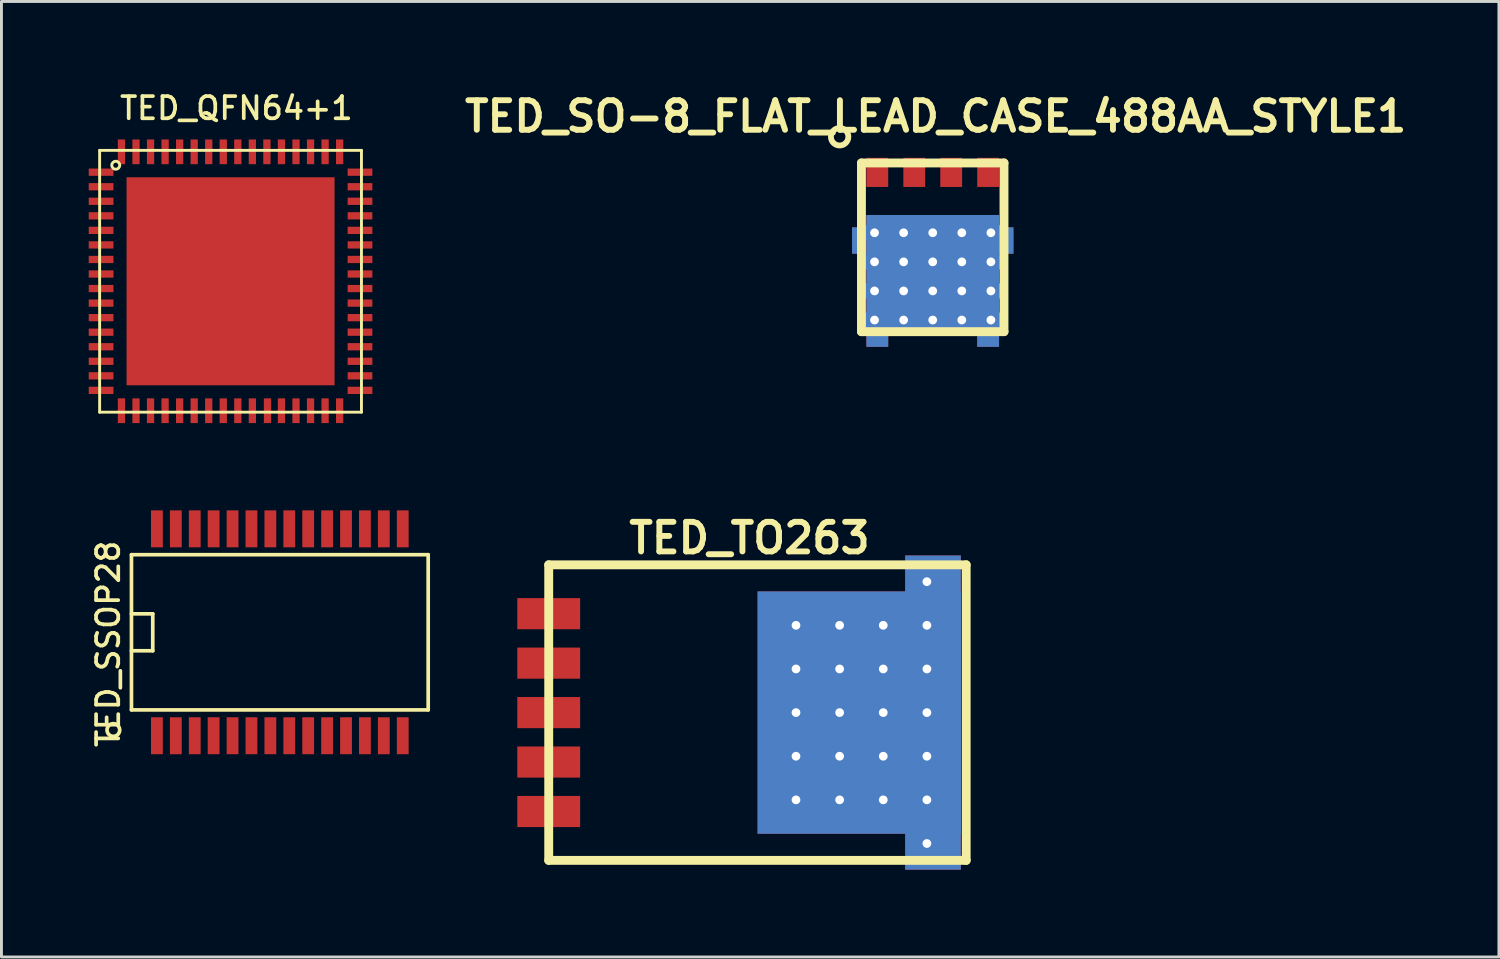
<source format=kicad_pcb>
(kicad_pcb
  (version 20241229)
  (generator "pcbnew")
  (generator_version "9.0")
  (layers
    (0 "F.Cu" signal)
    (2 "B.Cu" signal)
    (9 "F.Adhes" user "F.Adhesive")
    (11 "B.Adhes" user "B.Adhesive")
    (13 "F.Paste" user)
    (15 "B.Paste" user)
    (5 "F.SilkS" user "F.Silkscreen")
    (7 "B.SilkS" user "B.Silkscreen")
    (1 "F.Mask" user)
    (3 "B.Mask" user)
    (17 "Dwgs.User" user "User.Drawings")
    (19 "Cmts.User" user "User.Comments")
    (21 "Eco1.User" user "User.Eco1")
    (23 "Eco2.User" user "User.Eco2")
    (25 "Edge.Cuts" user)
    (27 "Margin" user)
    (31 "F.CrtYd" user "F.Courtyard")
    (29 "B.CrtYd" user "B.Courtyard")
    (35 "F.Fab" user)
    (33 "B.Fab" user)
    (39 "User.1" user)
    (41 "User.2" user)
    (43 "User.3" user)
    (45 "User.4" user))
  (footprint "TED_TO263"
    (layer "F.Cu")
    (at 15.812 21.445)
    (property "Reference" "TED_TO263" (at 6.9 -6 0) (layer "F.SilkS") (effects (font (size 1.016 1.016) (thickness 0.203))))
    (attr through_hole)
    (fp_line (start 0 -5.08) (end 0 5.08) (stroke (width 0.305) (type solid)) (layer "F.SilkS"))
    (fp_line (start 0 5.08) (end 14.35 5.08) (stroke (width 0.305) (type solid)) (layer "F.SilkS"))
    (fp_line (start 14.35 -5.08) (end 0 -5.08) (stroke (width 0.305) (type solid)) (layer "F.SilkS"))
    (fp_line (start 14.35 5.08) (end 14.35 -5.08) (stroke (width 0.305) (type solid)) (layer "F.SilkS"))
    (pad "1" smd rect (at 0 -3.4) (size 2.16 1.07) (layers "F.Cu" "F.Mask" "F.Paste"))
    (pad "2" smd rect (at 0 -1.7) (size 2.16 1.07) (layers "F.Cu" "F.Mask" "F.Paste"))
    (pad "3" smd rect (at 0 0) (size 2.16 1.07) (layers "F.Cu" "F.Mask" "F.Paste"))
    (pad "3" thru_hole circle (at 8.5 -3) (size 0.78 0.78) (drill 0.3) (layers "*.Cu" "*.Mask"))
    (pad "3" thru_hole circle (at 8.5 -1.5) (size 0.78 0.78) (drill 0.3) (layers "*.Cu" "*.Mask"))
    (pad "3" thru_hole circle (at 8.5 0) (size 0.78 0.78) (drill 0.3) (layers "*.Cu" "*.Mask"))
    (pad "3" thru_hole circle (at 8.5 1.5) (size 0.78 0.78) (drill 0.3) (layers "*.Cu" "*.Mask"))
    (pad "3" thru_hole circle (at 8.5 3) (size 0.78 0.78) (drill 0.3) (layers "*.Cu" "*.Mask"))
    (pad "3" thru_hole circle (at 10 -3) (size 0.78 0.78) (drill 0.3) (layers "*.Cu" "*.Mask"))
    (pad "3" thru_hole circle (at 10 -1.5) (size 0.78 0.78) (drill 0.3) (layers "*.Cu" "*.Mask"))
    (pad "3" thru_hole circle (at 10 0) (size 0.78 0.78) (drill 0.3) (layers "*.Cu" "*.Mask"))
    (pad "3" thru_hole circle (at 10 1.5) (size 0.78 0.78) (drill 0.3) (layers "*.Cu" "*.Mask"))
    (pad "3" thru_hole circle (at 10 3) (size 0.78 0.78) (drill 0.3) (layers "*.Cu" "*.Mask"))
    (pad "3" smd rect (at 10.675 0) (size 6.99 8.33) (layers "F.Cu" "F.Mask" "F.Paste"))
    (pad "3" smd rect (at 10.675 0) (size 6.99 8.33) (layers "F.Mask" "B.Cu" "F.Paste"))
    (pad "3" thru_hole circle (at 11.5 -3) (size 0.78 0.78) (drill 0.3) (layers "*.Cu" "*.Mask"))
    (pad "3" thru_hole circle (at 11.5 -1.5) (size 0.78 0.78) (drill 0.3) (layers "*.Cu" "*.Mask"))
    (pad "3" thru_hole circle (at 11.5 0) (size 0.78 0.78) (drill 0.3) (layers "*.Cu" "*.Mask"))
    (pad "3" thru_hole circle (at 11.5 1.5) (size 0.78 0.78) (drill 0.3) (layers "*.Cu" "*.Mask"))
    (pad "3" thru_hole circle (at 11.5 3) (size 0.78 0.78) (drill 0.3) (layers "*.Cu" "*.Mask"))
    (pad "3" thru_hole circle (at 13 -4.5) (size 0.78 0.78) (drill 0.3) (layers "*.Cu" "*.Mask"))
    (pad "3" thru_hole circle (at 13 -3) (size 0.78 0.78) (drill 0.3) (layers "*.Cu" "*.Mask"))
    (pad "3" thru_hole circle (at 13 -1.5) (size 0.78 0.78) (drill 0.3) (layers "*.Cu" "*.Mask"))
    (pad "3" thru_hole circle (at 13 0) (size 0.78 0.78) (drill 0.3) (layers "*.Cu" "*.Mask"))
    (pad "3" thru_hole circle (at 13 1.5) (size 0.78 0.78) (drill 0.3) (layers "*.Cu" "*.Mask"))
    (pad "3" thru_hole circle (at 13 3) (size 0.78 0.78) (drill 0.3) (layers "*.Cu" "*.Mask"))
    (pad "3" thru_hole circle (at 13 4.5) (size 0.78 0.78) (drill 0.3) (layers "*.Cu" "*.Mask"))
    (pad "3" smd rect (at 13.21 0) (size 1.91 10.8) (layers "F.Cu" "F.Mask" "F.Paste"))
    (pad "3" smd rect (at 13.21 0) (size 1.91 10.8) (layers "F.Mask" "B.Cu" "F.Paste"))
    (pad "4" smd rect (at 0 1.7) (size 2.16 1.07) (layers "F.Cu" "F.Mask" "F.Paste"))
    (pad "5" smd rect (at 0 3.4) (size 2.16 1.07) (layers "F.Cu" "F.Mask" "F.Paste")))
  (footprint "TED_QFN64+1"
    (layer "F.Cu")
    (at 4.875 6.619)
    (property "Reference" "TED_QFN64+1" (at 0.2 -5.95 0) (layer "F.SilkS") (effects (font (size 0.762 0.762) (thickness 0.127))))
    (attr smd)
    (fp_line (start -4.5 -4.5) (end 4.5 -4.5) (stroke (width 0.099) (type solid)) (layer "F.SilkS"))
    (fp_line (start -4.5 4.5) (end -4.5 -4.5) (stroke (width 0.099) (type solid)) (layer "F.SilkS"))
    (fp_line (start 4.5 -4.5) (end 4.5 4.5) (stroke (width 0.099) (type solid)) (layer "F.SilkS"))
    (fp_line (start 4.5 4.5) (end -4.5 4.5) (stroke (width 0.099) (type solid)) (layer "F.SilkS"))
    (fp_circle (center -3.946 -3.989) (end -3.895 -3.862) (stroke (width 0.099) (type solid)) (fill no) (layer "F.SilkS"))
    (pad "1" smd rect (at -4.45 -3.75 90) (size 0.25 0.85) (layers "F.Cu" "F.Mask" "F.Paste"))
    (pad "2" smd rect (at -4.45 -3.25 90) (size 0.25 0.85) (layers "F.Cu" "F.Mask" "F.Paste"))
    (pad "3" smd rect (at -4.45 -2.75 90) (size 0.25 0.85) (layers "F.Cu" "F.Mask" "F.Paste"))
    (pad "4" smd rect (at -4.45 -2.25 90) (size 0.25 0.85) (layers "F.Cu" "F.Mask" "F.Paste"))
    (pad "5" smd rect (at -4.45 -1.75 90) (size 0.25 0.85) (layers "F.Cu" "F.Mask" "F.Paste"))
    (pad "6" smd rect (at -4.45 -1.25 90) (size 0.25 0.85) (layers "F.Cu" "F.Mask" "F.Paste"))
    (pad "7" smd rect (at -4.45 -0.75 90) (size 0.25 0.85) (layers "F.Cu" "F.Mask" "F.Paste"))
    (pad "8" smd rect (at -4.45 -0.25 90) (size 0.25 0.85) (layers "F.Cu" "F.Mask" "F.Paste"))
    (pad "9" smd rect (at -4.45 0.25 90) (size 0.25 0.85) (layers "F.Cu" "F.Mask" "F.Paste"))
    (pad "10" smd rect (at -4.45 0.75 90) (size 0.25 0.85) (layers "F.Cu" "F.Mask" "F.Paste"))
    (pad "11" smd rect (at -4.45 1.25 90) (size 0.25 0.85) (layers "F.Cu" "F.Mask" "F.Paste"))
    (pad "12" smd rect (at -4.45 1.75 90) (size 0.25 0.85) (layers "F.Cu" "F.Mask" "F.Paste"))
    (pad "13" smd rect (at -4.45 2.25 90) (size 0.25 0.85) (layers "F.Cu" "F.Mask" "F.Paste"))
    (pad "14" smd rect (at -4.45 2.75 90) (size 0.25 0.85) (layers "F.Cu" "F.Mask" "F.Paste"))
    (pad "15" smd rect (at -4.45 3.25 90) (size 0.25 0.85) (layers "F.Cu" "F.Mask" "F.Paste"))
    (pad "16" smd rect (at -4.45 3.75 90) (size 0.25 0.85) (layers "F.Cu" "F.Mask" "F.Paste"))
    (pad "17" smd rect (at -3.75 4.45 180) (size 0.25 0.85) (layers "F.Cu" "F.Mask" "F.Paste"))
    (pad "18" smd rect (at -3.25 4.45 180) (size 0.25 0.85) (layers "F.Cu" "F.Mask" "F.Paste"))
    (pad "19" smd rect (at -2.75 4.45 180) (size 0.25 0.85) (layers "F.Cu" "F.Mask" "F.Paste"))
    (pad "20" smd rect (at -2.25 4.45 180) (size 0.25 0.85) (layers "F.Cu" "F.Mask" "F.Paste"))
    (pad "21" smd rect (at -1.75 4.45 180) (size 0.25 0.85) (layers "F.Cu" "F.Mask" "F.Paste"))
    (pad "22" smd rect (at -1.25 4.45 180) (size 0.25 0.85) (layers "F.Cu" "F.Mask" "F.Paste"))
    (pad "23" smd rect (at -0.75 4.45 180) (size 0.25 0.85) (layers "F.Cu" "F.Mask" "F.Paste"))
    (pad "24" smd rect (at -0.25 4.45 180) (size 0.25 0.85) (layers "F.Cu" "F.Mask" "F.Paste"))
    (pad "25" smd rect (at 0.25 4.45 180) (size 0.25 0.85) (layers "F.Cu" "F.Mask" "F.Paste"))
    (pad "26" smd rect (at 0.75 4.45 180) (size 0.25 0.85) (layers "F.Cu" "F.Mask" "F.Paste"))
    (pad "27" smd rect (at 1.27 4.45 180) (size 0.25 0.85) (layers "F.Cu" "F.Mask" "F.Paste"))
    (pad "28" smd rect (at 1.75 4.45 180) (size 0.25 0.85) (layers "F.Cu" "F.Mask" "F.Paste"))
    (pad "29" smd rect (at 2.25 4.45 180) (size 0.25 0.85) (layers "F.Cu" "F.Mask" "F.Paste"))
    (pad "30" smd rect (at 2.75 4.45 180) (size 0.25 0.85) (layers "F.Cu" "F.Mask" "F.Paste"))
    (pad "31" smd rect (at 3.25 4.45 180) (size 0.25 0.85) (layers "F.Cu" "F.Mask" "F.Paste"))
    (pad "32" smd rect (at 3.75 4.45 180) (size 0.25 0.85) (layers "F.Cu" "F.Mask" "F.Paste"))
    (pad "33" smd rect (at 4.45 3.75 90) (size 0.25 0.85) (layers "F.Cu" "F.Mask" "F.Paste"))
    (pad "34" smd rect (at 4.45 3.25 90) (size 0.25 0.85) (layers "F.Cu" "F.Mask" "F.Paste"))
    (pad "35" smd rect (at 4.45 2.75 90) (size 0.25 0.85) (layers "F.Cu" "F.Mask" "F.Paste"))
    (pad "36" smd rect (at 4.45 2.25 90) (size 0.25 0.85) (layers "F.Cu" "F.Mask" "F.Paste"))
    (pad "37" smd rect (at 4.45 1.75 90) (size 0.25 0.85) (layers "F.Cu" "F.Mask" "F.Paste"))
    (pad "38" smd rect (at 4.45 1.25 90) (size 0.25 0.85) (layers "F.Cu" "F.Mask" "F.Paste"))
    (pad "39" smd rect (at 4.45 0.75 90) (size 0.25 0.85) (layers "F.Cu" "F.Mask" "F.Paste"))
    (pad "40" smd rect (at 4.45 0.25 90) (size 0.25 0.85) (layers "F.Cu" "F.Mask" "F.Paste"))
    (pad "41" smd rect (at 4.45 -0.25 90) (size 0.25 0.85) (layers "F.Cu" "F.Mask" "F.Paste"))
    (pad "42" smd rect (at 4.45 -0.75 90) (size 0.25 0.85) (layers "F.Cu" "F.Mask" "F.Paste"))
    (pad "43" smd rect (at 4.45 -1.25 90) (size 0.25 0.85) (layers "F.Cu" "F.Mask" "F.Paste"))
    (pad "44" smd rect (at 4.45 -1.75 90) (size 0.25 0.85) (layers "F.Cu" "F.Mask" "F.Paste"))
    (pad "45" smd rect (at 4.45 -2.25 90) (size 0.25 0.85) (layers "F.Cu" "F.Mask" "F.Paste"))
    (pad "46" smd rect (at 4.45 -2.75 90) (size 0.25 0.85) (layers "F.Cu" "F.Mask" "F.Paste"))
    (pad "47" smd rect (at 4.45 -3.25 90) (size 0.25 0.85) (layers "F.Cu" "F.Mask" "F.Paste"))
    (pad "48" smd rect (at 4.45 -3.75 90) (size 0.25 0.85) (layers "F.Cu" "F.Mask" "F.Paste"))
    (pad "49" smd rect (at 3.75 -4.45 180) (size 0.25 0.85) (layers "F.Cu" "F.Mask" "F.Paste"))
    (pad "50" smd rect (at 3.25 -4.45 180) (size 0.25 0.85) (layers "F.Cu" "F.Mask" "F.Paste"))
    (pad "51" smd rect (at 2.75 -4.45 180) (size 0.25 0.85) (layers "F.Cu" "F.Mask" "F.Paste"))
    (pad "52" smd rect (at 2.25 -4.45 180) (size 0.25 0.85) (layers "F.Cu" "F.Mask" "F.Paste"))
    (pad "53" smd rect (at 1.75 -4.45 180) (size 0.25 0.85) (layers "F.Cu" "F.Mask" "F.Paste"))
    (pad "54" smd rect (at 1.25 -4.45 180) (size 0.25 0.85) (layers "F.Cu" "F.Mask" "F.Paste"))
    (pad "55" smd rect (at 0.75 -4.45 180) (size 0.25 0.85) (layers "F.Cu" "F.Mask" "F.Paste"))
    (pad "56" smd rect (at 0.25 -4.45 180) (size 0.25 0.85) (layers "F.Cu" "F.Mask" "F.Paste"))
    (pad "57" smd rect (at -0.25 -4.45 180) (size 0.25 0.85) (layers "F.Cu" "F.Mask" "F.Paste"))
    (pad "58" smd rect (at -0.75 -4.45 180) (size 0.25 0.85) (layers "F.Cu" "F.Mask" "F.Paste"))
    (pad "59" smd rect (at -1.25 -4.45 180) (size 0.25 0.85) (layers "F.Cu" "F.Mask" "F.Paste"))
    (pad "60" smd rect (at -1.75 -4.45 180) (size 0.25 0.85) (layers "F.Cu" "F.Mask" "F.Paste"))
    (pad "61" smd rect (at -2.25 -4.45 180) (size 0.25 0.85) (layers "F.Cu" "F.Mask" "F.Paste"))
    (pad "62" smd rect (at -2.75 -4.45 180) (size 0.25 0.85) (layers "F.Cu" "F.Mask" "F.Paste"))
    (pad "63" smd rect (at -3.25 -4.45 180) (size 0.25 0.85) (layers "F.Cu" "F.Mask" "F.Paste"))
    (pad "64" smd rect (at -3.75 -4.45 180) (size 0.25 0.85) (layers "F.Cu" "F.Mask" "F.Paste"))
    (pad "65" smd rect (at 0 0 180) (size 7.15 7.15) (layers "F.Cu" "F.Mask" "F.Paste")))
  (footprint "TED_SO-8_FLAT_LEAD_CASE_488AA_STYLE1"
    (layer "F.Cu")
    (at 29.012 5.451)
    (property "Reference" "TED_SO-8_FLAT_LEAD_CASE_488AA_STYLE1" (at 0.1 -4.5 0) (layer "F.SilkS") (effects (font (size 1.016 1.016) (thickness 0.203))))
    (attr through_hole)
    (fp_line (start -2.45 -2.9) (end -2.45 2.9) (stroke (width 0.305) (type solid)) (layer "F.SilkS"))
    (fp_line (start -2.45 -2.9) (end 2.45 -2.9) (stroke (width 0.305) (type solid)) (layer "F.SilkS"))
    (fp_line (start -2.45 2.9) (end 2.45 2.9) (stroke (width 0.305) (type solid)) (layer "F.SilkS"))
    (fp_line (start 2.45 2.9) (end 2.45 -2.9) (stroke (width 0.305) (type solid)) (layer "F.SilkS"))
    (fp_circle (center -3.2 -3.8) (end -3.2 -3.5) (stroke (width 0.2) (type solid)) (fill no) (layer "F.SilkS"))
    (pad "1" smd rect (at -1.905 -2.575) (size 0.75 1) (layers "F.Cu" "F.Mask" "F.Paste"))
    (pad "2" smd rect (at -0.635 -2.575) (size 0.75 1) (layers "F.Cu" "F.Mask" "F.Paste"))
    (pad "2" smd rect (at 0.635 -2.575) (size 0.75 1) (layers "F.Cu" "F.Mask" "F.Paste"))
    (pad "2" smd rect (at 1.905 -2.575) (size 0.75 1) (layers "F.Cu" "F.Mask" "F.Paste"))
    (pad "3" smd rect (at -2.527 -0.233) (size 0.495 0.905) (layers "F.Cu" "F.Mask" "F.Paste"))
    (pad "3" smd rect (at -2.527 -0.233) (size 0.495 0.905) (layers "B.Cu" "B.Mask" "B.Paste"))
    (pad "3" thru_hole circle (at -2 -0.5) (size 0.78 0.78) (drill 0.3) (layers "*.Cu" "*.Mask"))
    (pad "3" thru_hole circle (at -2 0.5) (size 0.78 0.78) (drill 0.3) (layers "*.Cu" "*.Mask"))
    (pad "3" thru_hole circle (at -2 1.5) (size 0.78 0.78) (drill 0.3) (layers "*.Cu" "*.Mask"))
    (pad "3" thru_hole circle (at -2 2.5) (size 0.78 0.78) (drill 0.3) (layers "*.Cu" "*.Mask"))
    (pad "3" smd rect (at -1.905 3.183) (size 0.75 0.475) (layers "F.Cu" "F.Mask" "F.Paste"))
    (pad "3" smd rect (at -1.905 3.183) (size 0.75 0.475) (layers "B.Cu" "B.Mask" "B.Paste"))
    (pad "3" thru_hole circle (at -1 -0.5) (size 0.78 0.78) (drill 0.3) (layers "*.Cu" "*.Mask"))
    (pad "3" thru_hole circle (at -1 0.5) (size 0.78 0.78) (drill 0.3) (layers "*.Cu" "*.Mask"))
    (pad "3" thru_hole circle (at -1 1.5) (size 0.78 0.78) (drill 0.3) (layers "*.Cu" "*.Mask"))
    (pad "3" thru_hole circle (at -1 2.5) (size 0.78 0.78) (drill 0.3) (layers "*.Cu" "*.Mask"))
    (pad "3" thru_hole circle (at 0 -0.5) (size 0.78 0.78) (drill 0.3) (layers "*.Cu" "*.Mask"))
    (pad "3" thru_hole circle (at 0 0.5) (size 0.78 0.78) (drill 0.3) (layers "*.Cu" "*.Mask"))
    (pad "3" smd rect (at 0 0.917) (size 4.56 4.055) (layers "F.Cu" "F.Mask" "F.Paste"))
    (pad "3" smd rect (at 0 0.917) (size 4.56 4.055) (layers "B.Cu" "B.Mask" "B.Paste"))
    (pad "3" thru_hole circle (at 0 1.5) (size 0.78 0.78) (drill 0.3) (layers "*.Cu" "*.Mask"))
    (pad "3" thru_hole circle (at 0 2.5) (size 0.78 0.78) (drill 0.3) (layers "*.Cu" "*.Mask"))
    (pad "3" thru_hole circle (at 1 -0.5) (size 0.78 0.78) (drill 0.3) (layers "*.Cu" "*.Mask"))
    (pad "3" thru_hole circle (at 1 0.5) (size 0.78 0.78) (drill 0.3) (layers "*.Cu" "*.Mask"))
    (pad "3" thru_hole circle (at 1 1.5) (size 0.78 0.78) (drill 0.3) (layers "*.Cu" "*.Mask"))
    (pad "3" thru_hole circle (at 1 2.5) (size 0.78 0.78) (drill 0.3) (layers "*.Cu" "*.Mask"))
    (pad "3" smd rect (at 1.905 3.183) (size 0.75 0.475) (layers "F.Cu" "F.Mask" "F.Paste"))
    (pad "3" smd rect (at 1.905 3.183) (size 0.75 0.475) (layers "B.Cu" "B.Mask" "B.Paste"))
    (pad "3" thru_hole circle (at 2 -0.5) (size 0.78 0.78) (drill 0.3) (layers "*.Cu" "*.Mask"))
    (pad "3" thru_hole circle (at 2 0.5) (size 0.78 0.78) (drill 0.3) (layers "*.Cu" "*.Mask"))
    (pad "3" thru_hole circle (at 2 1.5) (size 0.78 0.78) (drill 0.3) (layers "*.Cu" "*.Mask"))
    (pad "3" thru_hole circle (at 2 2.5) (size 0.78 0.78) (drill 0.3) (layers "*.Cu" "*.Mask"))
    (pad "3" smd rect (at 2.527 -0.233) (size 0.495 0.905) (layers "F.Cu" "F.Mask" "F.Paste"))
    (pad "3" smd rect (at 2.527 -0.233) (size 0.495 0.905) (layers "B.Cu" "B.Mask" "B.Paste")))
  (footprint "TED_SSOP28"
    (layer "F.Cu")
    (at 6.569 18.685)
    (property "Reference" "TED_SSOP28" (at -5.9 0.4 90) (layer "F.SilkS") (effects (font (size 0.762 0.762) (thickness 0.127))))
    (attr smd)
    (fp_line (start -5.1 -2.667) (end -5.1 2.667) (stroke (width 0.127) (type solid)) (layer "F.SilkS"))
    (fp_line (start -5.1 -2.667) (end 5.1 -2.667) (stroke (width 0.127) (type solid)) (layer "F.SilkS"))
    (fp_line (start -5.1 -0.635) (end -4.368 -0.635) (stroke (width 0.127) (type solid)) (layer "F.SilkS"))
    (fp_line (start -4.368 -0.635) (end -4.368 0.635) (stroke (width 0.127) (type solid)) (layer "F.SilkS"))
    (fp_line (start -4.368 0.635) (end -5.1 0.635) (stroke (width 0.127) (type solid)) (layer "F.SilkS"))
    (fp_line (start 5.1 -2.667) (end 5.1 2.667) (stroke (width 0.127) (type solid)) (layer "F.SilkS"))
    (fp_line (start 5.1 2.667) (end -5.1 2.667) (stroke (width 0.127) (type solid)) (layer "F.SilkS"))
    (fp_circle (center -5.722 3.359) (end -5.876 3.205) (stroke (width 0.127) (type solid)) (fill no) (layer "F.SilkS"))
    (pad "1" smd rect (at -4.225 3.556) (size 0.406 1.27) (layers "F.Cu" "F.Mask" "F.Paste"))
    (pad "2" smd rect (at -3.575 3.556) (size 0.406 1.27) (layers "F.Cu" "F.Mask" "F.Paste"))
    (pad "3" smd rect (at -2.925 3.556) (size 0.406 1.27) (layers "F.Cu" "F.Mask" "F.Paste"))
    (pad "4" smd rect (at -2.275 3.556) (size 0.406 1.27) (layers "F.Cu" "F.Mask" "F.Paste"))
    (pad "5" smd rect (at -1.625 3.556) (size 0.406 1.27) (layers "F.Cu" "F.Mask" "F.Paste"))
    (pad "6" smd rect (at -0.975 3.556) (size 0.406 1.27) (layers "F.Cu" "F.Mask" "F.Paste"))
    (pad "7" smd rect (at -0.325 3.556) (size 0.406 1.27) (layers "F.Cu" "F.Mask" "F.Paste"))
    (pad "8" smd rect (at 0.325 3.556) (size 0.406 1.27) (layers "F.Cu" "F.Mask" "F.Paste"))
    (pad "9" smd rect (at 0.975 3.556) (size 0.406 1.27) (layers "F.Cu" "F.Mask" "F.Paste"))
    (pad "10" smd rect (at 1.625 3.556) (size 0.406 1.27) (layers "F.Cu" "F.Mask" "F.Paste"))
    (pad "11" smd rect (at 2.275 3.556) (size 0.406 1.27) (layers "F.Cu" "F.Mask" "F.Paste"))
    (pad "12" smd rect (at 2.925 3.556) (size 0.406 1.27) (layers "F.Cu" "F.Mask" "F.Paste"))
    (pad "13" smd rect (at 3.575 3.556) (size 0.406 1.27) (layers "F.Cu" "F.Mask" "F.Paste"))
    (pad "14" smd rect (at 4.225 3.556) (size 0.406 1.27) (layers "F.Cu" "F.Mask" "F.Paste"))
    (pad "15" smd rect (at 4.225 -3.556) (size 0.406 1.27) (layers "F.Cu" "F.Mask" "F.Paste"))
    (pad "16" smd rect (at 3.575 -3.556) (size 0.406 1.27) (layers "F.Cu" "F.Mask" "F.Paste"))
    (pad "17" smd rect (at 2.925 -3.556) (size 0.406 1.27) (layers "F.Cu" "F.Mask" "F.Paste"))
    (pad "18" smd rect (at 2.275 -3.556) (size 0.406 1.27) (layers "F.Cu" "F.Mask" "F.Paste"))
    (pad "19" smd rect (at 1.625 -3.556) (size 0.406 1.27) (layers "F.Cu" "F.Mask" "F.Paste"))
    (pad "20" smd rect (at 0.975 -3.556) (size 0.406 1.27) (layers "F.Cu" "F.Mask" "F.Paste"))
    (pad "21" smd rect (at 0.325 -3.556) (size 0.406 1.27) (layers "F.Cu" "F.Mask" "F.Paste"))
    (pad "22" smd rect (at -0.325 -3.556) (size 0.406 1.27) (layers "F.Cu" "F.Mask" "F.Paste"))
    (pad "23" smd rect (at -0.975 -3.556) (size 0.406 1.27) (layers "F.Cu" "F.Mask" "F.Paste"))
    (pad "24" smd rect (at -1.625 -3.556) (size 0.406 1.27) (layers "F.Cu" "F.Mask" "F.Paste"))
    (pad "25" smd rect (at -2.275 -3.556) (size 0.406 1.27) (layers "F.Cu" "F.Mask" "F.Paste"))
    (pad "26" smd rect (at -2.925 -3.556) (size 0.406 1.27) (layers "F.Cu" "F.Mask" "F.Paste"))
    (pad "27" smd rect (at -3.575 -3.556) (size 0.406 1.27) (layers "F.Cu" "F.Mask" "F.Paste"))
    (pad "28" smd rect (at -4.225 -3.556) (size 0.406 1.27) (layers "F.Cu" "F.Mask" "F.Paste")))
  (gr_rect
    (start -3 -3)
    (end 48.475 29.845)
    (stroke (width 0.1) (type default))
    (fill no)
    (layer "Edge.Cuts")))
</source>
